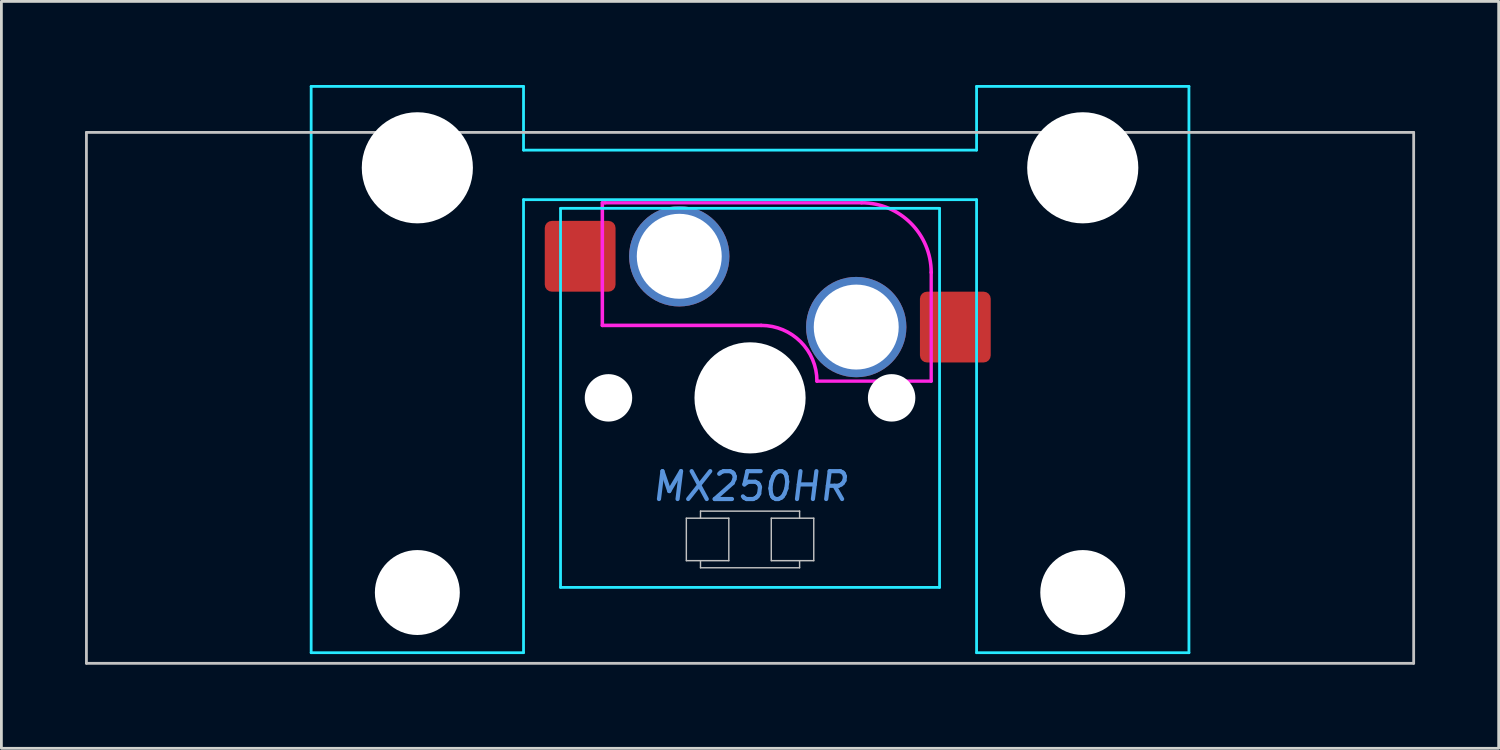
<source format=kicad_pcb>
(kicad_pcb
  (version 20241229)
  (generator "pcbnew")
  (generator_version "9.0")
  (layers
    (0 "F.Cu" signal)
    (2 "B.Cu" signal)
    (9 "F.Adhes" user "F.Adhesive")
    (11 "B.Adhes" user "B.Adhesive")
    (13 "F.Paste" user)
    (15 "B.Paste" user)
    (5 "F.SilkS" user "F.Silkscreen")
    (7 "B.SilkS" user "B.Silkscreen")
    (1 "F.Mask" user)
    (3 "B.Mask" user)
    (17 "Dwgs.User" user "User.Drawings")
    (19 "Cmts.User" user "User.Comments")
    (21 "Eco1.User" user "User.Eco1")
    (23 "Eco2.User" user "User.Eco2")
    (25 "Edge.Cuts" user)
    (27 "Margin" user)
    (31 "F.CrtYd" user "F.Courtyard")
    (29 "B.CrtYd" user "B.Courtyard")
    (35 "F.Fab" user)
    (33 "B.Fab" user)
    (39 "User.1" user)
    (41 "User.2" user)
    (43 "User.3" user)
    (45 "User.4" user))
  (footprint "MX250HR"
    (layer "F.Cu")
    (at 23.863 11.226)
    (property "Reference" "MX250HR" (at 0 3.175 0) (layer "Cmts.User") (effects (font (size 1 1) (thickness 0.15) (italic yes))))
    (attr smd)
    (fp_line (start -23.812 -9.525) (end -23.812 9.525) (stroke (width 0.1) (type solid)) (layer "Dwgs.User"))
    (fp_line (start -23.812 -9.525) (end 23.812 -9.525) (stroke (width 0.1) (type solid)) (layer "Dwgs.User"))
    (fp_line (start -23.812 9.525) (end 23.812 9.525) (stroke (width 0.1) (type solid)) (layer "Dwgs.User"))
    (fp_line (start -2.286 4.318) (end -0.762 4.318) (stroke (width 0.051) (type solid)) (layer "Dwgs.User"))
    (fp_line (start -2.286 5.842) (end -2.286 4.318) (stroke (width 0.051) (type solid)) (layer "Dwgs.User"))
    (fp_line (start -1.778 4.064) (end 1.778 4.064) (stroke (width 0.051) (type solid)) (layer "Dwgs.User"))
    (fp_line (start -1.778 4.318) (end -1.778 4.064) (stroke (width 0.051) (type solid)) (layer "Dwgs.User"))
    (fp_line (start -1.778 6.096) (end -1.778 5.842) (stroke (width 0.051) (type solid)) (layer "Dwgs.User"))
    (fp_line (start -0.762 4.318) (end -0.762 5.842) (stroke (width 0.051) (type solid)) (layer "Dwgs.User"))
    (fp_line (start -0.762 5.842) (end -2.286 5.842) (stroke (width 0.051) (type solid)) (layer "Dwgs.User"))
    (fp_line (start 0.762 4.318) (end 2.286 4.318) (stroke (width 0.051) (type solid)) (layer "Dwgs.User"))
    (fp_line (start 0.762 5.842) (end 0.762 4.318) (stroke (width 0.051) (type solid)) (layer "Dwgs.User"))
    (fp_line (start 1.778 4.064) (end 1.778 4.318) (stroke (width 0.051) (type solid)) (layer "Dwgs.User"))
    (fp_line (start 1.778 5.842) (end 1.778 6.096) (stroke (width 0.051) (type solid)) (layer "Dwgs.User"))
    (fp_line (start 1.778 6.096) (end -1.778 6.096) (stroke (width 0.051) (type solid)) (layer "Dwgs.User"))
    (fp_line (start 2.286 4.318) (end 2.286 5.842) (stroke (width 0.051) (type solid)) (layer "Dwgs.User"))
    (fp_line (start 2.286 5.842) (end 0.762 5.842) (stroke (width 0.051) (type solid)) (layer "Dwgs.User"))
    (fp_line (start 23.812 -9.525) (end 23.812 9.525) (stroke (width 0.1) (type solid)) (layer "Dwgs.User"))
    (fp_line (start -15.438 -8.515) (end -15.438 5.485) (stroke (width 0.1) (type solid)) (layer "Eco1.User"))
    (fp_line (start -14.938 -9.015) (end -8.938 -9.015) (stroke (width 0.1) (type solid)) (layer "Eco1.User"))
    (fp_line (start -8.938 5.985) (end -14.938 5.985) (stroke (width 0.1) (type solid)) (layer "Eco1.User"))
    (fp_line (start -8.438 5.485) (end -8.438 -8.515) (stroke (width 0.1) (type solid)) (layer "Eco1.User"))
    (fp_line (start -7 -6.5) (end -7 6.5) (stroke (width 0.1) (type solid)) (layer "Eco1.User"))
    (fp_line (start -6.5 7) (end 6.5 7) (stroke (width 0.1) (type solid)) (layer "Eco1.User"))
    (fp_line (start 6.5 -7) (end -6.5 -7) (stroke (width 0.1) (type solid)) (layer "Eco1.User"))
    (fp_line (start 7 6.5) (end 7 -6.5) (stroke (width 0.1) (type solid)) (layer "Eco1.User"))
    (fp_line (start 8.438 -8.515) (end 8.438 5.485) (stroke (width 0.1) (type solid)) (layer "Eco1.User"))
    (fp_line (start 8.938 -9.015) (end 14.938 -9.015) (stroke (width 0.1) (type solid)) (layer "Eco1.User"))
    (fp_line (start 14.938 5.985) (end 8.938 5.985) (stroke (width 0.1) (type solid)) (layer "Eco1.User"))
    (fp_line (start 15.438 5.485) (end 15.438 -8.515) (stroke (width 0.1) (type solid)) (layer "Eco1.User"))
    (fp_arc (start -15.438 -8.515) (mid -15.291553 -8.868553) (end -14.938 -9.015) (stroke (width 0.1) (type solid)) (layer "Eco1.User"))
    (fp_arc (start -14.938 5.985) (mid -15.291553 5.838553) (end -15.438 5.485) (stroke (width 0.1) (type solid)) (layer "Eco1.User"))
    (fp_arc (start -8.938 -9.015) (mid -8.584447 -8.868553) (end -8.438 -8.515) (stroke (width 0.1) (type solid)) (layer "Eco1.User"))
    (fp_arc (start -8.438 5.485) (mid -8.584447 5.838553) (end -8.938 5.985) (stroke (width 0.1) (type solid)) (layer "Eco1.User"))
    (fp_arc (start -7 -6.5) (mid -6.853553 -6.853553) (end -6.5 -7) (stroke (width 0.1) (type solid)) (layer "Eco1.User"))
    (fp_arc (start -6.5 7) (mid -6.853553 6.853553) (end -7 6.5) (stroke (width 0.1) (type solid)) (layer "Eco1.User"))
    (fp_arc (start 6.5 -7) (mid 6.853553 -6.853553) (end 7 -6.5) (stroke (width 0.1) (type solid)) (layer "Eco1.User"))
    (fp_arc (start 7 6.5) (mid 6.853553 6.853553) (end 6.5 7) (stroke (width 0.1) (type solid)) (layer "Eco1.User"))
    (fp_arc (start 8.438 -8.515) (mid 8.584447 -8.868553) (end 8.938 -9.015) (stroke (width 0.1) (type solid)) (layer "Eco1.User"))
    (fp_arc (start 8.938 5.985) (mid 8.584447 5.838553) (end 8.438 5.485) (stroke (width 0.1) (type solid)) (layer "Eco1.User"))
    (fp_arc (start 14.938 -9.015) (mid 15.291553 -8.868553) (end 15.438 -8.515) (stroke (width 0.1) (type solid)) (layer "Eco1.User"))
    (fp_arc (start 15.438 5.485) (mid 15.291553 5.838553) (end 14.938 5.985) (stroke (width 0.1) (type solid)) (layer "Eco1.User"))
    (fp_line (start -15.748 -11.176) (end -8.128 -11.176) (stroke (width 0.1) (type solid)) (layer "B.CrtYd"))
    (fp_line (start -15.748 9.144) (end -15.748 -11.176) (stroke (width 0.1) (type solid)) (layer "B.CrtYd"))
    (fp_line (start -8.128 -8.89) (end -8.128 -11.176) (stroke (width 0.1) (type solid)) (layer "B.CrtYd"))
    (fp_line (start -8.128 -7.112) (end -8.128 9.142) (stroke (width 0.1) (type solid)) (layer "B.CrtYd"))
    (fp_line (start -8.128 9.144) (end -15.748 9.144) (stroke (width 0.1) (type solid)) (layer "B.CrtYd"))
    (fp_line (start -6.8 -6.8) (end -6.8 6.8) (stroke (width 0.1) (type solid)) (layer "B.CrtYd"))
    (fp_line (start 6.8 -6.8) (end -6.8 -6.8) (stroke (width 0.1) (type solid)) (layer "B.CrtYd"))
    (fp_line (start 6.8 -6.8) (end 6.8 6.8) (stroke (width 0.1) (type solid)) (layer "B.CrtYd"))
    (fp_line (start 6.8 6.8) (end -6.8 6.8) (stroke (width 0.1) (type solid)) (layer "B.CrtYd"))
    (fp_line (start 8.128 -8.89) (end -8.128 -8.89) (stroke (width 0.1) (type solid)) (layer "B.CrtYd"))
    (fp_line (start 8.128 -8.89) (end 8.128 -11.176) (stroke (width 0.1) (type solid)) (layer "B.CrtYd"))
    (fp_line (start 8.128 -7.112) (end -8.128 -7.112) (stroke (width 0.1) (type solid)) (layer "B.CrtYd"))
    (fp_line (start 8.128 -7.112) (end 8.128 9.144) (stroke (width 0.1) (type solid)) (layer "B.CrtYd"))
    (fp_line (start 8.128 9.144) (end 15.748 9.144) (stroke (width 0.1) (type solid)) (layer "B.CrtYd"))
    (fp_line (start 15.748 -11.176) (end 8.128 -11.176) (stroke (width 0.1) (type solid)) (layer "B.CrtYd"))
    (fp_line (start 15.748 9.144) (end 15.748 -11.176) (stroke (width 0.1) (type solid)) (layer "B.CrtYd"))
    (fp_line (start -5.3 -7) (end -5.3 -2.6) (stroke (width 0.127) (type solid)) (layer "F.CrtYd"))
    (fp_line (start -5.2 -7) (end -5.3 -7) (stroke (width 0.12) (type solid)) (layer "F.CrtYd"))
    (fp_line (start 0.4 -2.6) (end -5.3 -2.6) (stroke (width 0.127) (type solid)) (layer "F.CrtYd"))
    (fp_line (start 4 -7) (end -5.2 -7) (stroke (width 0.12) (type solid)) (layer "F.CrtYd"))
    (fp_line (start 6.5 -4.5) (end 6.5 -0.6) (stroke (width 0.12) (type solid)) (layer "F.CrtYd"))
    (fp_line (start 6.5 -0.6) (end 2.4 -0.6) (stroke (width 0.12) (type solid)) (layer "F.CrtYd"))
    (fp_arc (start 0.4 -2.6) (mid 1.814214 -2.014214) (end 2.4 -0.6) (stroke (width 0.127) (type solid)) (layer "F.CrtYd"))
    (fp_arc (start 4 -7) (mid 5.767767 -6.267767) (end 6.5 -4.5) (stroke (width 0.127) (type solid)) (layer "F.CrtYd"))
    (pad "" np_thru_hole circle (at -11.938 -8.255 180) (size 3.988 3.988) (drill 3.988) (layers "*.Cu" "*.Mask"))
    (pad "" np_thru_hole circle (at -11.938 6.985 180) (size 3.048 3.048) (drill 3.048) (layers "*.Cu" "*.Mask"))
    (pad "" np_thru_hole circle (at -5.08 0) (size 1.702 1.702) (drill 1.702) (layers "*.Cu" "*.Mask"))
    (pad "" thru_hole circle (at -2.54 -5.08) (size 3.6 3.6) (drill 3.048) (layers "*.Cu" "*.Mask"))
    (pad "" np_thru_hole circle (at 0 0) (size 3.988 3.988) (drill 3.988) (layers "*.Cu" "*.Mask"))
    (pad "" thru_hole circle (at 3.81 -2.54) (size 3.6 3.6) (drill 3.048) (layers "*.Cu" "*.Mask"))
    (pad "" np_thru_hole circle (at 5.08 0) (size 1.702 1.702) (drill 1.702) (layers "*.Cu" "*.Mask"))
    (pad "" np_thru_hole circle (at 11.938 -8.255 180) (size 3.988 3.988) (drill 3.988) (layers "*.Cu" "*.Mask"))
    (pad "" np_thru_hole circle (at 11.938 6.985 180) (size 3.048 3.048) (drill 3.048) (layers "*.Cu" "*.Mask"))
    (pad "1" smd roundrect (at -6.096 -5.08) (size 2.54 2.54) (layers "F.Cu" "F.Mask") (roundrect_rratio 0.1))
    (pad "2" smd roundrect (at 7.366 -2.54) (size 2.54 2.54) (layers "F.Cu" "F.Mask") (roundrect_rratio 0.1)))
  (gr_rect
    (start -3 -3)
    (end 50.725 23.801)
    (stroke (width 0.1) (type default))
    (fill no)
    (layer "Edge.Cuts")))
</source>
